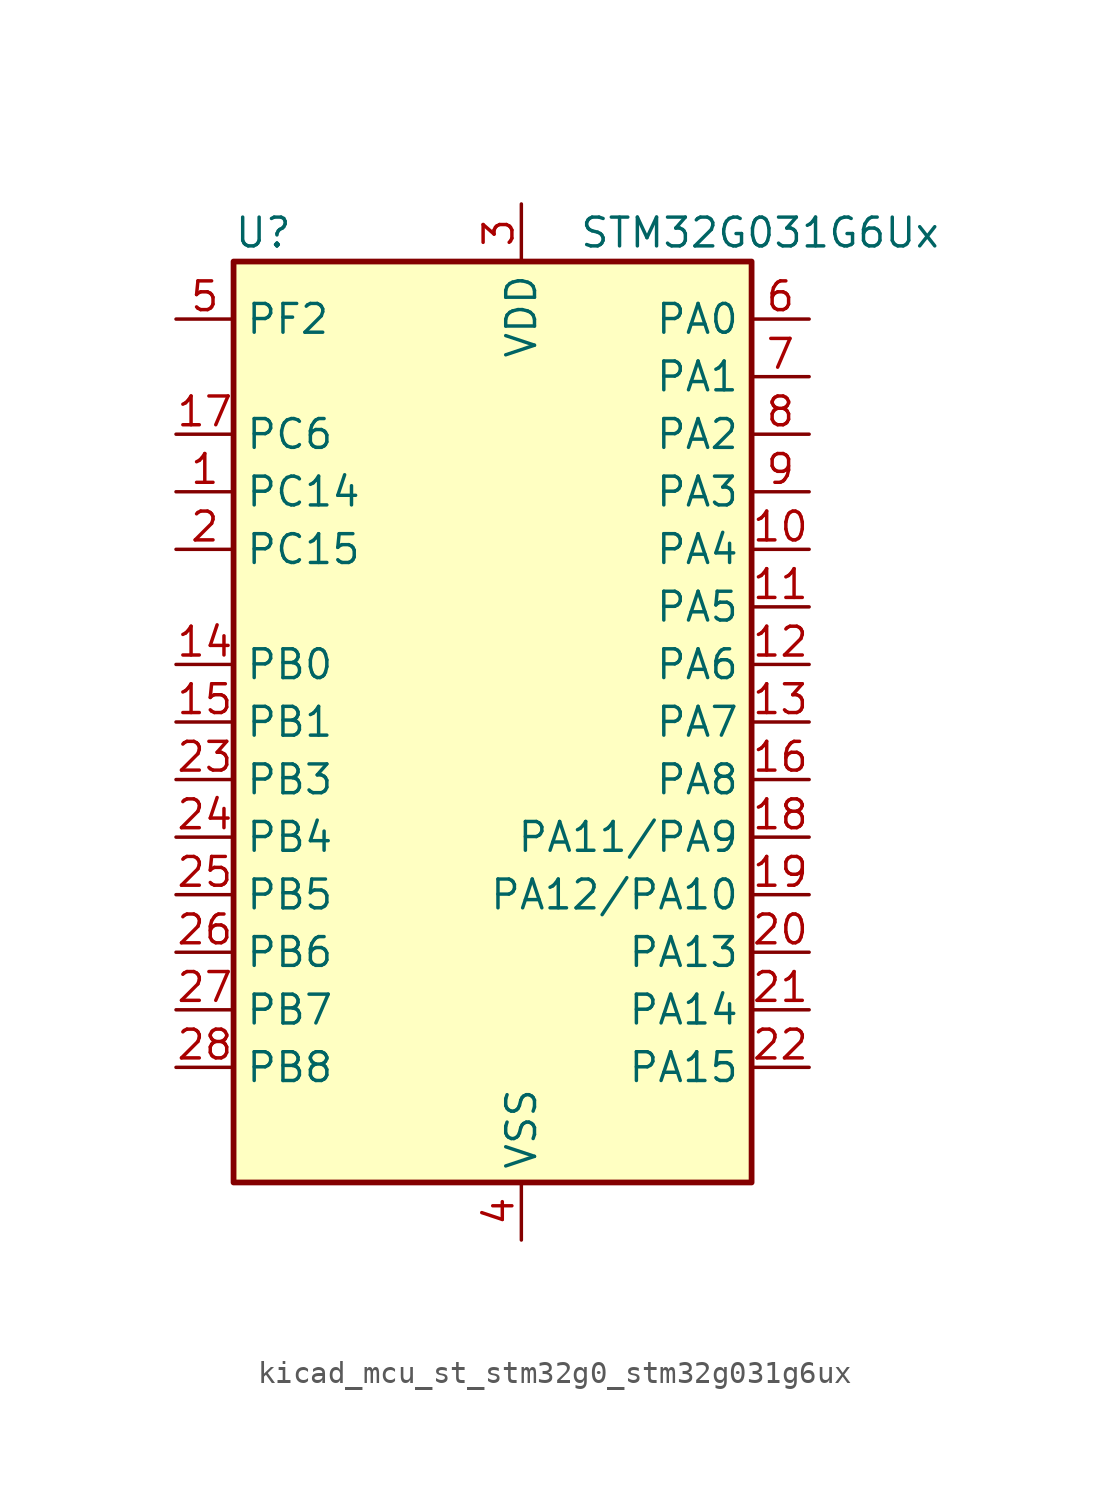
<source format=kicad_sym>
(kicad_symbol_lib
  (version 20220914)
  (generator kicad_symbol_editor)
  (symbol "kicad_mcu_st_stm32g0_stm32g031g6ux"
    (property "Reference" "U"
      (at -10.16 21.59 0)
      (effects (font (size 1.27 1.27)) (justify left)))
    (property "Value" "STM32G031G6Ux"
      (at 5.08 21.59 0)
      (effects (font (size 1.27 1.27)) (justify left)))
    (property "ki_locked" ""
      (at 0 0 0)
      (effects (font (size 1.27 1.27))))
    (symbol "kicad_mcu_st_stm32g0_stm32g031g6ux_0_1"
      (rectangle (start -10.16 -20.32) (end 12.7 20.32) (stroke (width 0.254) (type default)) (fill (type background))))
    (symbol "kicad_mcu_st_stm32g0_stm32g031g6ux_1_1"
      (pin bidirectional line (at -12.7 10.16 0) (length 2.54) (name "PC14" (effects (font (size 1.27 1.27)))) (number "1" (effects (font (size 1.27 1.27)))) (alternate "RCC_OSC32_IN" bidirectional line) (alternate "RCC_OSC_IN" bidirectional line) (alternate "TIM1_BK2" bidirectional line))
      (pin bidirectional line (at 15.24 7.62 180) (length 2.54) (name "PA4" (effects (font (size 1.27 1.27)))) (number "10" (effects (font (size 1.27 1.27)))) (alternate "ADC1_IN4" bidirectional line) (alternate "I2S1_WS" bidirectional line) (alternate "LPTIM2_OUT" bidirectional line) (alternate "RTC_OUT_ALARM" bidirectional line) (alternate "RTC_OUT_CALIB" bidirectional line) (alternate "RTC_TAMP_IN1" bidirectional line) (alternate "RTC_TS" bidirectional line) (alternate "SPI1_NSS" bidirectional line) (alternate "SPI2_MOSI" bidirectional line) (alternate "SYS_WKUP2" bidirectional line) (alternate "TIM14_CH1" bidirectional line))
      (pin bidirectional line (at 15.24 5.08 180) (length 2.54) (name "PA5" (effects (font (size 1.27 1.27)))) (number "11" (effects (font (size 1.27 1.27)))) (alternate "ADC1_IN5" bidirectional line) (alternate "I2S1_CK" bidirectional line) (alternate "LPTIM2_ETR" bidirectional line) (alternate "SPI1_SCK" bidirectional line) (alternate "TIM2_CH1" bidirectional line) (alternate "TIM2_ETR" bidirectional line))
      (pin bidirectional line (at 15.24 2.54 180) (length 2.54) (name "PA6" (effects (font (size 1.27 1.27)))) (number "12" (effects (font (size 1.27 1.27)))) (alternate "ADC1_IN6" bidirectional line) (alternate "I2S1_MCK" bidirectional line) (alternate "LPUART1_CTS" bidirectional line) (alternate "SPI1_MISO" bidirectional line) (alternate "TIM16_CH1" bidirectional line) (alternate "TIM1_BK" bidirectional line) (alternate "TIM3_CH1" bidirectional line))
      (pin bidirectional line (at 15.24 0 180) (length 2.54) (name "PA7" (effects (font (size 1.27 1.27)))) (number "13" (effects (font (size 1.27 1.27)))) (alternate "ADC1_IN7" bidirectional line) (alternate "I2S1_SD" bidirectional line) (alternate "SPI1_MOSI" bidirectional line) (alternate "TIM14_CH1" bidirectional line) (alternate "TIM17_CH1" bidirectional line) (alternate "TIM1_CH1N" bidirectional line) (alternate "TIM3_CH2" bidirectional line))
      (pin bidirectional line (at -12.7 2.54 0) (length 2.54) (name "PB0" (effects (font (size 1.27 1.27)))) (number "14" (effects (font (size 1.27 1.27)))) (alternate "ADC1_IN8" bidirectional line) (alternate "I2S1_WS" bidirectional line) (alternate "LPTIM1_OUT" bidirectional line) (alternate "SPI1_NSS" bidirectional line) (alternate "TIM1_CH2N" bidirectional line) (alternate "TIM3_CH3" bidirectional line))
      (pin bidirectional line (at -12.7 0 0) (length 2.54) (name "PB1" (effects (font (size 1.27 1.27)))) (number "15" (effects (font (size 1.27 1.27)))) (alternate "ADC1_IN9" bidirectional line) (alternate "LPTIM2_IN1" bidirectional line) (alternate "LPUART1_DE" bidirectional line) (alternate "LPUART1_RTS" bidirectional line) (alternate "TIM14_CH1" bidirectional line) (alternate "TIM1_CH3N" bidirectional line) (alternate "TIM3_CH4" bidirectional line))
      (pin bidirectional line (at 15.24 -2.54 180) (length 2.54) (name "PA8" (effects (font (size 1.27 1.27)))) (number "16" (effects (font (size 1.27 1.27)))) (alternate "LPTIM2_OUT" bidirectional line) (alternate "RCC_MCO" bidirectional line) (alternate "SPI2_NSS" bidirectional line) (alternate "TIM1_CH1" bidirectional line))
      (pin bidirectional line (at -12.7 12.7 0) (length 2.54) (name "PC6" (effects (font (size 1.27 1.27)))) (number "17" (effects (font (size 1.27 1.27)))) (alternate "TIM2_CH3" bidirectional line) (alternate "TIM3_CH1" bidirectional line))
      (pin bidirectional line (at 15.24 -5.08 180) (length 2.54) (name "PA11/PA9" (effects (font (size 1.27 1.27)))) (number "18" (effects (font (size 1.27 1.27)))) (alternate "ADC1_EXTI11" bidirectional line) (alternate "ADC1_IN15" bidirectional line) (alternate "I2C2_SCL" bidirectional line) (alternate "I2S1_MCK" bidirectional line) (alternate "SPI1_MISO" bidirectional line) (alternate "TIM1_BK2" bidirectional line) (alternate "TIM1_CH4" bidirectional line) (alternate "USART1_CTS" bidirectional line) (alternate "USART1_NSS" bidirectional line))
      (pin bidirectional line (at 15.24 -7.62 180) (length 2.54) (name "PA12/PA10" (effects (font (size 1.27 1.27)))) (number "19" (effects (font (size 1.27 1.27)))) (alternate "ADC1_IN16" bidirectional line) (alternate "I2C2_SDA" bidirectional line) (alternate "I2S1_SD" bidirectional line) (alternate "I2S_CKIN" bidirectional line) (alternate "SPI1_MOSI" bidirectional line) (alternate "TIM1_ETR" bidirectional line) (alternate "USART1_CK" bidirectional line) (alternate "USART1_DE" bidirectional line) (alternate "USART1_RTS" bidirectional line))
      (pin bidirectional line (at -12.7 7.62 0) (length 2.54) (name "PC15" (effects (font (size 1.27 1.27)))) (number "2" (effects (font (size 1.27 1.27)))) (alternate "RCC_OSC32_EN" bidirectional line) (alternate "RCC_OSC32_OUT" bidirectional line) (alternate "RCC_OSC_EN" bidirectional line))
      (pin bidirectional line (at 15.24 -10.16 180) (length 2.54) (name "PA13" (effects (font (size 1.27 1.27)))) (number "20" (effects (font (size 1.27 1.27)))) (alternate "ADC1_IN17" bidirectional line) (alternate "IR_OUT" bidirectional line) (alternate "SYS_SWDIO" bidirectional line))
      (pin bidirectional line (at 15.24 -12.7 180) (length 2.54) (name "PA14" (effects (font (size 1.27 1.27)))) (number "21" (effects (font (size 1.27 1.27)))) (alternate "ADC1_IN18" bidirectional line) (alternate "SYS_SWCLK" bidirectional line) (alternate "USART2_TX" bidirectional line))
      (pin bidirectional line (at 15.24 -15.24 180) (length 2.54) (name "PA15" (effects (font (size 1.27 1.27)))) (number "22" (effects (font (size 1.27 1.27)))) (alternate "I2S1_WS" bidirectional line) (alternate "SPI1_NSS" bidirectional line) (alternate "TIM2_CH1" bidirectional line) (alternate "TIM2_ETR" bidirectional line) (alternate "USART2_RX" bidirectional line))
      (pin bidirectional line (at -12.7 -2.54 0) (length 2.54) (name "PB3" (effects (font (size 1.27 1.27)))) (number "23" (effects (font (size 1.27 1.27)))) (alternate "I2S1_CK" bidirectional line) (alternate "SPI1_SCK" bidirectional line) (alternate "TIM1_CH2" bidirectional line) (alternate "TIM2_CH2" bidirectional line) (alternate "USART1_CK" bidirectional line) (alternate "USART1_DE" bidirectional line) (alternate "USART1_RTS" bidirectional line))
      (pin bidirectional line (at -12.7 -5.08 0) (length 2.54) (name "PB4" (effects (font (size 1.27 1.27)))) (number "24" (effects (font (size 1.27 1.27)))) (alternate "I2S1_MCK" bidirectional line) (alternate "SPI1_MISO" bidirectional line) (alternate "TIM17_BK" bidirectional line) (alternate "TIM3_CH1" bidirectional line) (alternate "USART1_CTS" bidirectional line) (alternate "USART1_NSS" bidirectional line))
      (pin bidirectional line (at -12.7 -7.62 0) (length 2.54) (name "PB5" (effects (font (size 1.27 1.27)))) (number "25" (effects (font (size 1.27 1.27)))) (alternate "I2C1_SMBA" bidirectional line) (alternate "I2S1_SD" bidirectional line) (alternate "LPTIM1_IN1" bidirectional line) (alternate "SPI1_MOSI" bidirectional line) (alternate "SYS_WKUP6" bidirectional line) (alternate "TIM16_BK" bidirectional line) (alternate "TIM3_CH2" bidirectional line))
      (pin bidirectional line (at -12.7 -10.16 0) (length 2.54) (name "PB6" (effects (font (size 1.27 1.27)))) (number "26" (effects (font (size 1.27 1.27)))) (alternate "I2C1_SCL" bidirectional line) (alternate "LPTIM1_ETR" bidirectional line) (alternate "SPI2_MISO" bidirectional line) (alternate "TIM16_CH1N" bidirectional line) (alternate "TIM1_CH3" bidirectional line) (alternate "USART1_TX" bidirectional line))
      (pin bidirectional line (at -12.7 -12.7 0) (length 2.54) (name "PB7" (effects (font (size 1.27 1.27)))) (number "27" (effects (font (size 1.27 1.27)))) (alternate "ADC1_IN11" bidirectional line) (alternate "I2C1_SDA" bidirectional line) (alternate "LPTIM1_IN2" bidirectional line) (alternate "SPI2_MOSI" bidirectional line) (alternate "SYS_PVD_IN" bidirectional line) (alternate "TIM17_CH1N" bidirectional line) (alternate "USART1_RX" bidirectional line))
      (pin bidirectional line (at -12.7 -15.24 0) (length 2.54) (name "PB8" (effects (font (size 1.27 1.27)))) (number "28" (effects (font (size 1.27 1.27)))) (alternate "I2C1_SCL" bidirectional line) (alternate "SPI2_SCK" bidirectional line) (alternate "TIM16_CH1" bidirectional line))
      (pin power_in line (at 2.54 22.86 270) (length 2.54) (name "VDD" (effects (font (size 1.27 1.27)))) (number "3" (effects (font (size 1.27 1.27)))))
      (pin power_in line (at 2.54 -22.86 90) (length 2.54) (name "VSS" (effects (font (size 1.27 1.27)))) (number "4" (effects (font (size 1.27 1.27)))))
      (pin bidirectional line (at -12.7 17.78 0) (length 2.54) (name "PF2" (effects (font (size 1.27 1.27)))) (number "5" (effects (font (size 1.27 1.27)))) (alternate "RCC_MCO" bidirectional line))
      (pin bidirectional line (at 15.24 17.78 180) (length 2.54) (name "PA0" (effects (font (size 1.27 1.27)))) (number "6" (effects (font (size 1.27 1.27)))) (alternate "ADC1_IN0" bidirectional line) (alternate "LPTIM1_OUT" bidirectional line) (alternate "RTC_TAMP_IN2" bidirectional line) (alternate "SPI2_SCK" bidirectional line) (alternate "SYS_WKUP1" bidirectional line) (alternate "TIM2_CH1" bidirectional line) (alternate "TIM2_ETR" bidirectional line) (alternate "USART2_CTS" bidirectional line) (alternate "USART2_NSS" bidirectional line))
      (pin bidirectional line (at 15.24 15.24 180) (length 2.54) (name "PA1" (effects (font (size 1.27 1.27)))) (number "7" (effects (font (size 1.27 1.27)))) (alternate "ADC1_IN1" bidirectional line) (alternate "I2C1_SMBA" bidirectional line) (alternate "I2S1_CK" bidirectional line) (alternate "SPI1_SCK" bidirectional line) (alternate "TIM2_CH2" bidirectional line) (alternate "USART2_CK" bidirectional line) (alternate "USART2_DE" bidirectional line) (alternate "USART2_RTS" bidirectional line))
      (pin bidirectional line (at 15.24 12.7 180) (length 2.54) (name "PA2" (effects (font (size 1.27 1.27)))) (number "8" (effects (font (size 1.27 1.27)))) (alternate "ADC1_IN2" bidirectional line) (alternate "I2S1_SD" bidirectional line) (alternate "LPUART1_TX" bidirectional line) (alternate "RCC_LSCO" bidirectional line) (alternate "SPI1_MOSI" bidirectional line) (alternate "SYS_WKUP4" bidirectional line) (alternate "TIM2_CH3" bidirectional line) (alternate "USART2_TX" bidirectional line))
      (pin bidirectional line (at 15.24 10.16 180) (length 2.54) (name "PA3" (effects (font (size 1.27 1.27)))) (number "9" (effects (font (size 1.27 1.27)))) (alternate "ADC1_IN3" bidirectional line) (alternate "LPUART1_RX" bidirectional line) (alternate "SPI2_MISO" bidirectional line) (alternate "TIM2_CH4" bidirectional line) (alternate "USART2_RX" bidirectional line)))))
</source>
